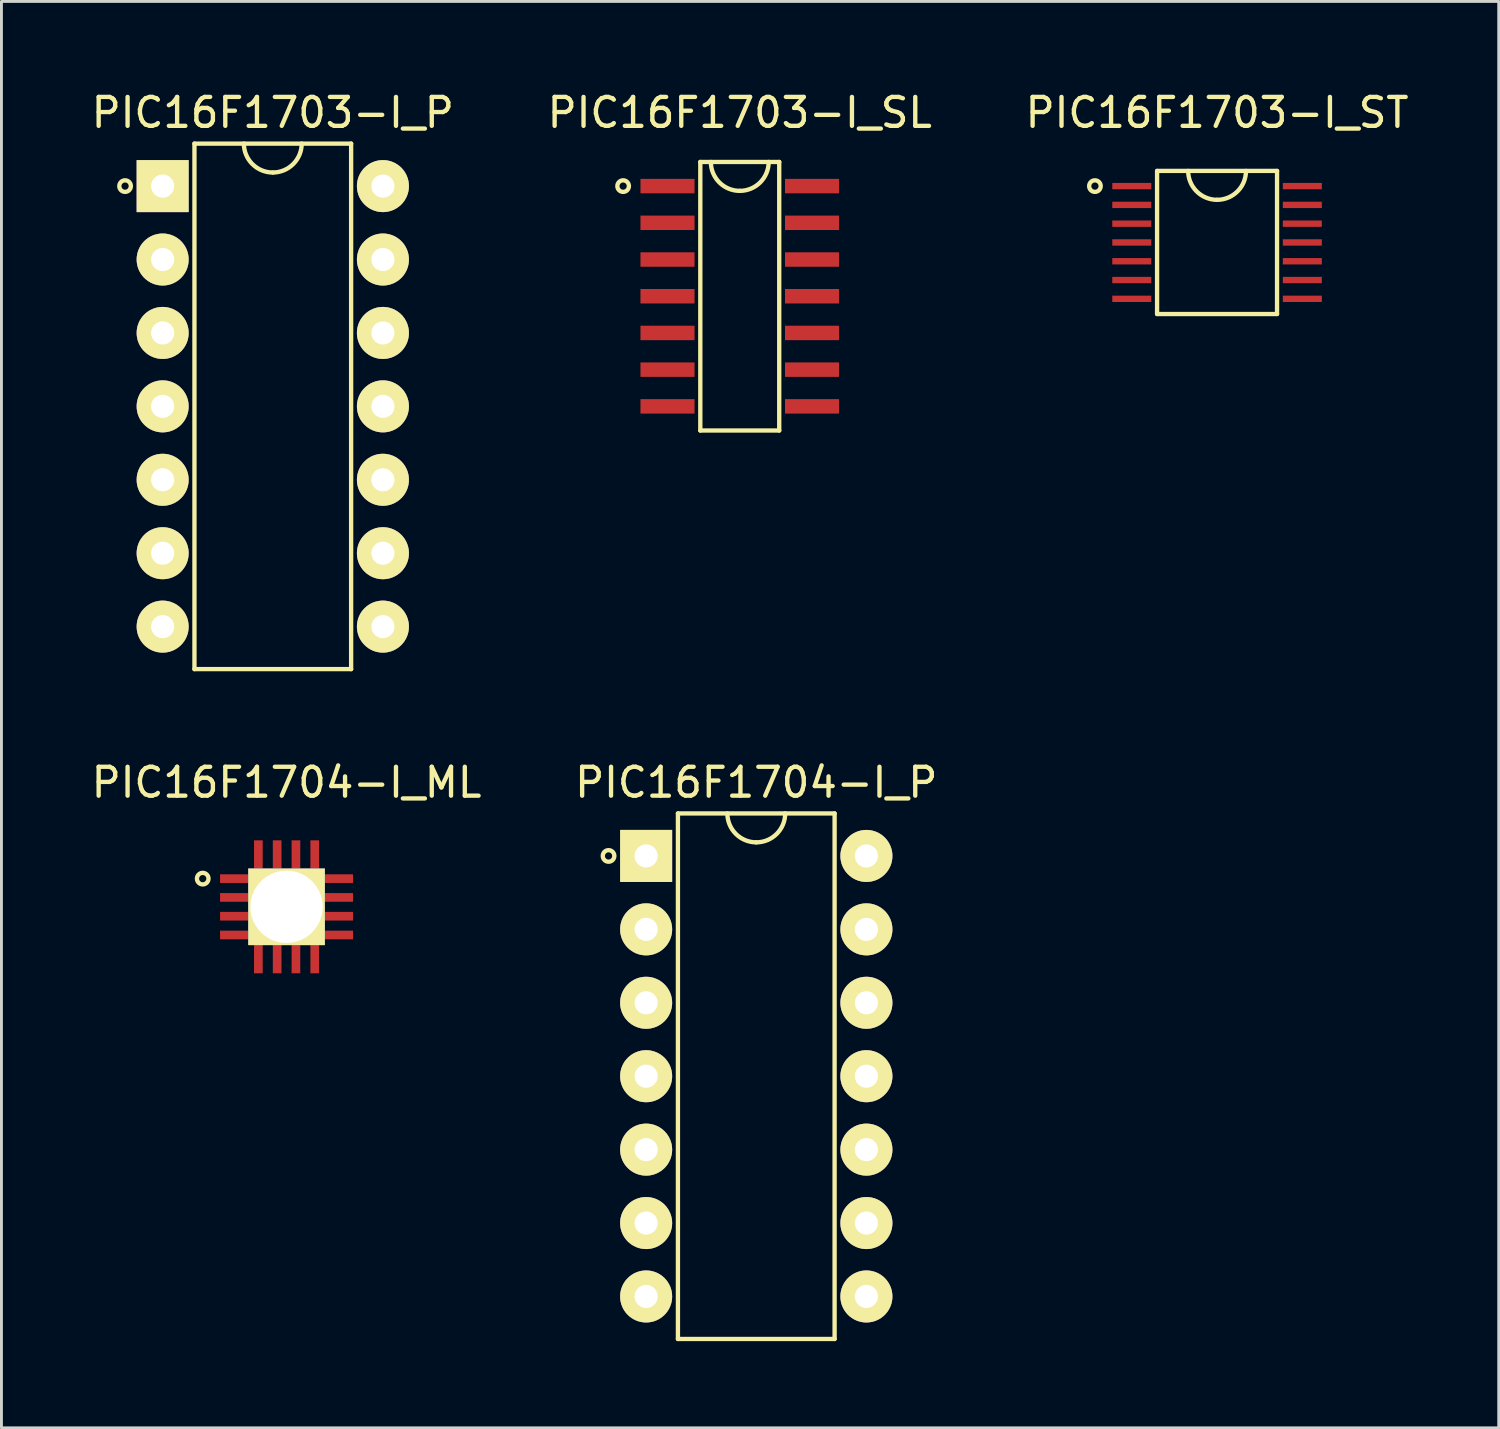
<source format=kicad_pcb>
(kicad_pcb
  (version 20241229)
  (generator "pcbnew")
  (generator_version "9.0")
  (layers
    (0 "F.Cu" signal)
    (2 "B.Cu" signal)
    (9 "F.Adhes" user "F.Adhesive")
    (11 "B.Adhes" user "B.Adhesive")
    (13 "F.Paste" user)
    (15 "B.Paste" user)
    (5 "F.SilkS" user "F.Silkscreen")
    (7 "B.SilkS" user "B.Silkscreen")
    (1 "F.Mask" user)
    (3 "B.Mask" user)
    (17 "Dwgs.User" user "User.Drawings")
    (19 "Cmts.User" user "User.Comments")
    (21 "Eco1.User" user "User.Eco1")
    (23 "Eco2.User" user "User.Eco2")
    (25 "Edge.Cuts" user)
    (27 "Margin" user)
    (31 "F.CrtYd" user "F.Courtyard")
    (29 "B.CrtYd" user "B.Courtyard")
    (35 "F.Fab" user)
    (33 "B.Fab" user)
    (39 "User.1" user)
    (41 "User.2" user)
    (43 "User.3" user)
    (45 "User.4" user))
  (footprint "PIC16F1703-I_ST"
    (layer "F.Cu")
    (at 36.104 3.388)
    (property "Reference" "PIC16F1703-I_ST" (at 2.95 -2.54 0) (layer "F.SilkS") (effects (font (size 1 1) (thickness 0.15))))
    (attr through_hole)
    (fp_line (start 0.875 -0.525) (end 5.025 -0.525) (stroke (width 0.15) (type solid)) (layer "F.SilkS"))
    (fp_line (start 0.875 4.425) (end 0.875 -0.525) (stroke (width 0.15) (type solid)) (layer "F.SilkS"))
    (fp_line (start 5.025 -0.525) (end 5.025 4.425) (stroke (width 0.15) (type solid)) (layer "F.SilkS"))
    (fp_line (start 5.025 4.425) (end 0.875 4.425) (stroke (width 0.15) (type solid)) (layer "F.SilkS"))
    (fp_arc (start 2.95 0.475) (mid 2.242893 0.182107) (end 1.95 -0.525) (stroke (width 0.15) (type solid)) (layer "F.SilkS"))
    (fp_arc (start 3.95 -0.525) (mid 3.657107 0.182107) (end 2.95 0.475) (stroke (width 0.15) (type solid)) (layer "F.SilkS"))
    (fp_circle (center -1.275 0) (end -1.275 0.2) (stroke (width 0.15) (type solid)) (fill no) (layer "F.SilkS"))
    (pad "1" smd rect (at 0 0) (size 1.35 0.22) (layers "F.Cu" "F.Mask" "F.Paste"))
    (pad "2" smd rect (at 0 0.65) (size 1.35 0.22) (layers "F.Cu" "F.Mask" "F.Paste"))
    (pad "3" smd rect (at 0 1.3) (size 1.35 0.22) (layers "F.Cu" "F.Mask" "F.Paste"))
    (pad "4" smd rect (at 0 1.95) (size 1.35 0.22) (layers "F.Cu" "F.Mask" "F.Paste"))
    (pad "5" smd rect (at 0 2.6) (size 1.35 0.22) (layers "F.Cu" "F.Mask" "F.Paste"))
    (pad "6" smd rect (at 0 3.25) (size 1.35 0.22) (layers "F.Cu" "F.Mask" "F.Paste"))
    (pad "7" smd rect (at 0 3.9) (size 1.35 0.22) (layers "F.Cu" "F.Mask" "F.Paste"))
    (pad "8" smd rect (at 5.9 3.9) (size 1.35 0.22) (layers "F.Cu" "F.Mask" "F.Paste"))
    (pad "9" smd rect (at 5.9 3.25) (size 1.35 0.22) (layers "F.Cu" "F.Mask" "F.Paste"))
    (pad "10" smd rect (at 5.9 2.6) (size 1.35 0.22) (layers "F.Cu" "F.Mask" "F.Paste"))
    (pad "11" smd rect (at 5.9 1.95) (size 1.35 0.22) (layers "F.Cu" "F.Mask" "F.Paste"))
    (pad "12" smd rect (at 5.9 1.3) (size 1.35 0.22) (layers "F.Cu" "F.Mask" "F.Paste"))
    (pad "13" smd rect (at 5.9 0.65) (size 1.35 0.22) (layers "F.Cu" "F.Mask" "F.Paste"))
    (pad "14" smd rect (at 5.9 0) (size 1.35 0.22) (layers "F.Cu" "F.Mask" "F.Paste")))
  (footprint "PIC16F1704-I_ML"
    (layer "F.Cu")
    (at 5.063 26.521)
    (property "Reference" "PIC16F1704-I_ML" (at 1.8 -2.5 0) (layer "F.SilkS") (effects (font (size 1 1) (thickness 0.15))))
    (attr through_hole)
    (fp_line (start 0.7 0.7) (end 0.7 2.9) (stroke (width 0.15) (type solid)) (layer "F.SilkS"))
    (fp_line (start 0.7 0.7) (end 2.9 0.7) (stroke (width 0.15) (type solid)) (layer "F.SilkS"))
    (fp_line (start 0.7 2.9) (end 2.9 2.9) (stroke (width 0.15) (type solid)) (layer "F.SilkS"))
    (fp_line (start 2.9 2.9) (end 2.9 0.7) (stroke (width 0.15) (type solid)) (layer "F.SilkS"))
    (fp_circle (center -1.1 0.825) (end -1.1 0.625) (stroke (width 0.15) (type solid)) (fill no) (layer "F.SilkS"))
    (fp_circle (center 1.7 1.7) (end 1.7 1.2) (stroke (width 0.15) (type solid)) (fill no) (layer "F.SilkS"))
    (pad "1" smd rect (at 0 0.825) (size 1 0.3) (layers "F.Cu" "F.Mask" "F.Paste"))
    (pad "2" smd rect (at 0 1.475) (size 1 0.3) (layers "F.Cu" "F.Mask" "F.Paste"))
    (pad "3" smd rect (at 0 2.125) (size 1 0.3) (layers "F.Cu" "F.Mask" "F.Paste"))
    (pad "4" smd rect (at 0 2.775) (size 1 0.3) (layers "F.Cu" "F.Mask" "F.Paste"))
    (pad "5" smd rect (at 0.825 3.6) (size 0.3 1) (layers "F.Cu" "F.Mask" "F.Paste"))
    (pad "6" smd rect (at 1.475 3.6) (size 0.3 1) (layers "F.Cu" "F.Mask" "F.Paste"))
    (pad "7" smd rect (at 2.125 3.6) (size 0.3 1) (layers "F.Cu" "F.Mask" "F.Paste"))
    (pad "8" smd rect (at 2.775 3.6) (size 0.3 1) (layers "F.Cu" "F.Mask" "F.Paste"))
    (pad "9" smd rect (at 3.6 2.775) (size 1 0.3) (layers "F.Cu" "F.Mask" "F.Paste"))
    (pad "10" smd rect (at 3.6 2.125) (size 1 0.3) (layers "F.Cu" "F.Mask" "F.Paste"))
    (pad "11" smd rect (at 3.6 1.475) (size 1 0.3) (layers "F.Cu" "F.Mask" "F.Paste"))
    (pad "12" smd rect (at 3.6 0.825) (size 1 0.3) (layers "F.Cu" "F.Mask" "F.Paste"))
    (pad "13" smd rect (at 2.775 0) (size 0.3 1) (layers "F.Cu" "F.Mask" "F.Paste"))
    (pad "14" smd rect (at 2.125 0) (size 0.3 1) (layers "F.Cu" "F.Mask" "F.Paste"))
    (pad "15" smd rect (at 1.475 0) (size 0.3 1) (layers "F.Cu" "F.Mask" "F.Paste"))
    (pad "16" smd rect (at 0.825 0) (size 0.3 1) (layers "F.Cu" "F.Mask" "F.Paste"))
    (pad "999" thru_hole rect (at 1.8 1.8) (size 2.65 2.65) (drill 2.5) (layers "*.Cu" "*.Mask" "F.SilkS")))
  (footprint "PIC16F1703-I_SL"
    (layer "F.Cu")
    (at 20.042 3.388)
    (property "Reference" "PIC16F1703-I_SL" (at 2.5 -2.54 0) (layer "F.SilkS") (effects (font (size 1 1) (thickness 0.15))))
    (attr through_hole)
    (fp_line (start 1.135 -0.835) (end 3.865 -0.835) (stroke (width 0.15) (type solid)) (layer "F.SilkS"))
    (fp_line (start 1.135 8.455) (end 1.135 -0.835) (stroke (width 0.15) (type solid)) (layer "F.SilkS"))
    (fp_line (start 3.865 -0.835) (end 3.865 8.455) (stroke (width 0.15) (type solid)) (layer "F.SilkS"))
    (fp_line (start 3.865 8.455) (end 1.135 8.455) (stroke (width 0.15) (type solid)) (layer "F.SilkS"))
    (fp_arc (start 2.5 0.165) (mid 1.792893 -0.127893) (end 1.5 -0.835) (stroke (width 0.15) (type solid)) (layer "F.SilkS"))
    (fp_arc (start 3.5 -0.835) (mid 3.207107 -0.127893) (end 2.5 0.165) (stroke (width 0.15) (type solid)) (layer "F.SilkS"))
    (fp_circle (center -1.535 0) (end -1.535 0.2) (stroke (width 0.15) (type solid)) (fill no) (layer "F.SilkS"))
    (pad "1" smd rect (at 0 0) (size 1.87 0.5) (layers "F.Cu" "F.Mask" "F.Paste"))
    (pad "2" smd rect (at 0 1.27) (size 1.87 0.5) (layers "F.Cu" "F.Mask" "F.Paste"))
    (pad "3" smd rect (at 0 2.54) (size 1.87 0.5) (layers "F.Cu" "F.Mask" "F.Paste"))
    (pad "4" smd rect (at 0 3.81) (size 1.87 0.5) (layers "F.Cu" "F.Mask" "F.Paste"))
    (pad "5" smd rect (at 0 5.08) (size 1.87 0.5) (layers "F.Cu" "F.Mask" "F.Paste"))
    (pad "6" smd rect (at 0 6.35) (size 1.87 0.5) (layers "F.Cu" "F.Mask" "F.Paste"))
    (pad "7" smd rect (at 0 7.62) (size 1.87 0.5) (layers "F.Cu" "F.Mask" "F.Paste"))
    (pad "8" smd rect (at 5 7.62) (size 1.87 0.5) (layers "F.Cu" "F.Mask" "F.Paste"))
    (pad "9" smd rect (at 5 6.35) (size 1.87 0.5) (layers "F.Cu" "F.Mask" "F.Paste"))
    (pad "10" smd rect (at 5 5.08) (size 1.87 0.5) (layers "F.Cu" "F.Mask" "F.Paste"))
    (pad "11" smd rect (at 5 3.81) (size 1.87 0.5) (layers "F.Cu" "F.Mask" "F.Paste"))
    (pad "12" smd rect (at 5 2.54) (size 1.87 0.5) (layers "F.Cu" "F.Mask" "F.Paste"))
    (pad "13" smd rect (at 5 1.27) (size 1.87 0.5) (layers "F.Cu" "F.Mask" "F.Paste"))
    (pad "14" smd rect (at 5 0) (size 1.87 0.5) (layers "F.Cu" "F.Mask" "F.Paste")))
  (footprint "PIC16F1703-I_P"
    (layer "F.Cu")
    (at 2.577 3.388)
    (property "Reference" "PIC16F1703-I_P" (at 3.81 -2.54 0) (layer "F.SilkS") (effects (font (size 1 1) (thickness 0.15))))
    (attr through_hole)
    (fp_line (start 1.1 -1.47) (end 6.52 -1.47) (stroke (width 0.15) (type solid)) (layer "F.SilkS"))
    (fp_line (start 1.1 16.71) (end 1.1 -1.47) (stroke (width 0.15) (type solid)) (layer "F.SilkS"))
    (fp_line (start 6.52 -1.47) (end 6.52 16.71) (stroke (width 0.15) (type solid)) (layer "F.SilkS"))
    (fp_line (start 6.52 16.71) (end 1.1 16.71) (stroke (width 0.15) (type solid)) (layer "F.SilkS"))
    (fp_arc (start 3.81 -0.47) (mid 3.102893 -0.762893) (end 2.81 -1.47) (stroke (width 0.15) (type solid)) (layer "F.SilkS"))
    (fp_arc (start 4.81 -1.47) (mid 4.517107 -0.762893) (end 3.81 -0.47) (stroke (width 0.15) (type solid)) (layer "F.SilkS"))
    (fp_circle (center -1.3 0) (end -1.3 0.2) (stroke (width 0.15) (type solid)) (fill no) (layer "F.SilkS"))
    (pad "1" thru_hole rect (at 0 0) (size 1.8 1.8) (drill 0.8) (layers "*.Cu" "*.Mask" "F.SilkS"))
    (pad "2" thru_hole circle (at 0 2.54) (size 1.8 1.8) (drill 0.8) (layers "*.Cu" "*.Mask" "F.SilkS"))
    (pad "3" thru_hole circle (at 0 5.08) (size 1.8 1.8) (drill 0.8) (layers "*.Cu" "*.Mask" "F.SilkS"))
    (pad "4" thru_hole circle (at 0 7.62) (size 1.8 1.8) (drill 0.8) (layers "*.Cu" "*.Mask" "F.SilkS"))
    (pad "5" thru_hole circle (at 0 10.16) (size 1.8 1.8) (drill 0.8) (layers "*.Cu" "*.Mask" "F.SilkS"))
    (pad "6" thru_hole circle (at 0 12.7) (size 1.8 1.8) (drill 0.8) (layers "*.Cu" "*.Mask" "F.SilkS"))
    (pad "7" thru_hole circle (at 0 15.24) (size 1.8 1.8) (drill 0.8) (layers "*.Cu" "*.Mask" "F.SilkS"))
    (pad "8" thru_hole circle (at 7.62 15.24) (size 1.8 1.8) (drill 0.8) (layers "*.Cu" "*.Mask" "F.SilkS"))
    (pad "9" thru_hole circle (at 7.62 12.7) (size 1.8 1.8) (drill 0.8) (layers "*.Cu" "*.Mask" "F.SilkS"))
    (pad "10" thru_hole circle (at 7.62 10.16) (size 1.8 1.8) (drill 0.8) (layers "*.Cu" "*.Mask" "F.SilkS"))
    (pad "11" thru_hole circle (at 7.62 7.62) (size 1.8 1.8) (drill 0.8) (layers "*.Cu" "*.Mask" "F.SilkS"))
    (pad "12" thru_hole circle (at 7.62 5.08) (size 1.8 1.8) (drill 0.8) (layers "*.Cu" "*.Mask" "F.SilkS"))
    (pad "13" thru_hole circle (at 7.62 2.54) (size 1.8 1.8) (drill 0.8) (layers "*.Cu" "*.Mask" "F.SilkS"))
    (pad "14" thru_hole circle (at 7.62 0) (size 1.8 1.8) (drill 0.8) (layers "*.Cu" "*.Mask" "F.SilkS")))
  (footprint "PIC16F1704-I_P"
    (layer "F.Cu")
    (at 19.303 26.561)
    (property "Reference" "PIC16F1704-I_P" (at 3.81 -2.54 0) (layer "F.SilkS") (effects (font (size 1 1) (thickness 0.15))))
    (attr through_hole)
    (fp_line (start 1.1 -1.47) (end 6.52 -1.47) (stroke (width 0.15) (type solid)) (layer "F.SilkS"))
    (fp_line (start 1.1 16.71) (end 1.1 -1.47) (stroke (width 0.15) (type solid)) (layer "F.SilkS"))
    (fp_line (start 6.52 -1.47) (end 6.52 16.71) (stroke (width 0.15) (type solid)) (layer "F.SilkS"))
    (fp_line (start 6.52 16.71) (end 1.1 16.71) (stroke (width 0.15) (type solid)) (layer "F.SilkS"))
    (fp_arc (start 3.81 -0.47) (mid 3.102893 -0.762893) (end 2.81 -1.47) (stroke (width 0.15) (type solid)) (layer "F.SilkS"))
    (fp_arc (start 4.81 -1.47) (mid 4.517107 -0.762893) (end 3.81 -0.47) (stroke (width 0.15) (type solid)) (layer "F.SilkS"))
    (fp_circle (center -1.3 0) (end -1.3 0.2) (stroke (width 0.15) (type solid)) (fill no) (layer "F.SilkS"))
    (pad "1" thru_hole rect (at 0 0) (size 1.8 1.8) (drill 0.8) (layers "*.Cu" "*.Mask" "F.SilkS"))
    (pad "2" thru_hole circle (at 0 2.54) (size 1.8 1.8) (drill 0.8) (layers "*.Cu" "*.Mask" "F.SilkS"))
    (pad "3" thru_hole circle (at 0 5.08) (size 1.8 1.8) (drill 0.8) (layers "*.Cu" "*.Mask" "F.SilkS"))
    (pad "4" thru_hole circle (at 0 7.62) (size 1.8 1.8) (drill 0.8) (layers "*.Cu" "*.Mask" "F.SilkS"))
    (pad "5" thru_hole circle (at 0 10.16) (size 1.8 1.8) (drill 0.8) (layers "*.Cu" "*.Mask" "F.SilkS"))
    (pad "6" thru_hole circle (at 0 12.7) (size 1.8 1.8) (drill 0.8) (layers "*.Cu" "*.Mask" "F.SilkS"))
    (pad "7" thru_hole circle (at 0 15.24) (size 1.8 1.8) (drill 0.8) (layers "*.Cu" "*.Mask" "F.SilkS"))
    (pad "8" thru_hole circle (at 7.62 15.24) (size 1.8 1.8) (drill 0.8) (layers "*.Cu" "*.Mask" "F.SilkS"))
    (pad "9" thru_hole circle (at 7.62 12.7) (size 1.8 1.8) (drill 0.8) (layers "*.Cu" "*.Mask" "F.SilkS"))
    (pad "10" thru_hole circle (at 7.62 10.16) (size 1.8 1.8) (drill 0.8) (layers "*.Cu" "*.Mask" "F.SilkS"))
    (pad "11" thru_hole circle (at 7.62 7.62) (size 1.8 1.8) (drill 0.8) (layers "*.Cu" "*.Mask" "F.SilkS"))
    (pad "12" thru_hole circle (at 7.62 5.08) (size 1.8 1.8) (drill 0.8) (layers "*.Cu" "*.Mask" "F.SilkS"))
    (pad "13" thru_hole circle (at 7.62 2.54) (size 1.8 1.8) (drill 0.8) (layers "*.Cu" "*.Mask" "F.SilkS"))
    (pad "14" thru_hole circle (at 7.62 0) (size 1.8 1.8) (drill 0.8) (layers "*.Cu" "*.Mask" "F.SilkS")))
  (gr_rect
    (start -3 -3)
    (end 48.798 46.346)
    (stroke (width 0.1) (type default))
    (fill no)
    (layer "Edge.Cuts")))
</source>
